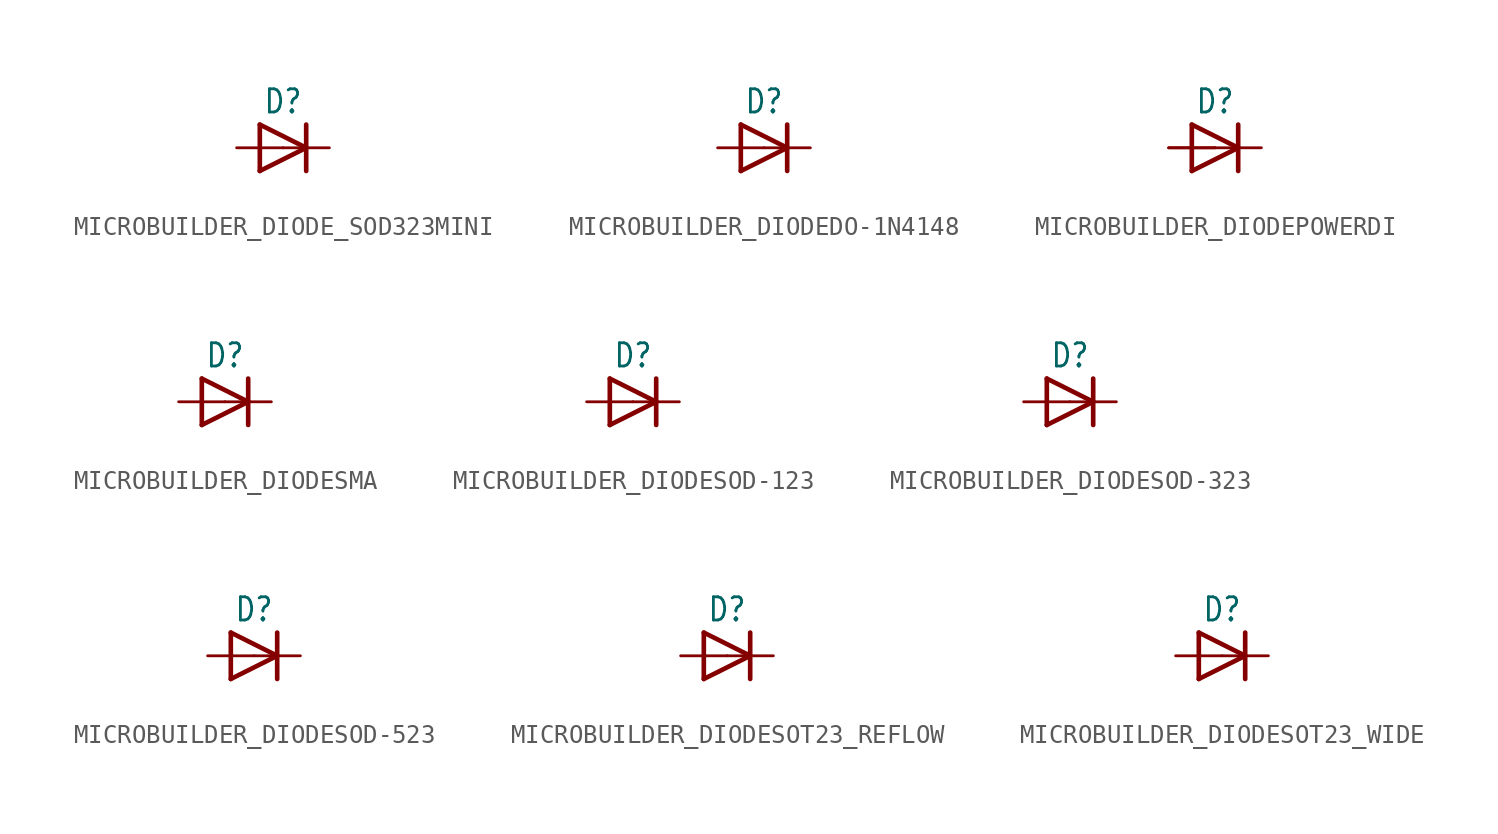
<source format=kicad_sym>
(kicad_symbol_lib
  (version 20231120)
  (generator "kicad_symbol_editor")
  (generator_version "8.0")
  (symbol "MICROBUILDER_DIODE_SOD323MINI"
    (property "Reference" "D"
      (at 0 2.54 0)
      (effects (font (size 1.27 1.079))))
    (property "Value" ""
      (at 0 -2.5 0)
      (effects (font (size 1.27 1.079))))
    (property "ki_locked" ""
      (at 0 0 0)
      (effects (font (size 1.27 1.27))))
    (symbol "MICROBUILDER_DIODE_SOD323MINI_1_0"
      (polyline (pts (xy -1.27 -1.27) (xy 1.27 0)) (stroke (width 0.254) (type solid)) (fill (type none)))
      (polyline (pts (xy -1.27 1.27) (xy -1.27 -1.27)) (stroke (width 0.254) (type solid)) (fill (type none)))
      (polyline (pts (xy 1.27 0) (xy -1.27 1.27)) (stroke (width 0.254) (type solid)) (fill (type none)))
      (polyline (pts (xy 1.27 0) (xy 1.27 -1.27)) (stroke (width 0.254) (type solid)) (fill (type none)))
      (polyline (pts (xy 1.27 1.27) (xy 1.27 0)) (stroke (width 0.254) (type solid)) (fill (type none)))
      (pin passive line (at -2.54 0 0) (length 2.54) (name "A" (effects (font (size 0 0)))) (number "A" (effects (font (size 0 0)))))
      (pin passive line (at 2.54 0 180) (length 2.54) (name "C" (effects (font (size 0 0)))) (number "C" (effects (font (size 0 0)))))))
  (symbol "MICROBUILDER_DIODEDO-1N4148"
    (property "Reference" "D"
      (at 0 2.54 0)
      (effects (font (size 1.27 1.079))))
    (property "Value" ""
      (at 0 -2.5 0)
      (effects (font (size 1.27 1.079))))
    (property "ki_locked" ""
      (at 0 0 0)
      (effects (font (size 1.27 1.27))))
    (symbol "MICROBUILDER_DIODEDO-1N4148_1_0"
      (polyline (pts (xy -1.27 -1.27) (xy 1.27 0)) (stroke (width 0.254) (type solid)) (fill (type none)))
      (polyline (pts (xy -1.27 1.27) (xy -1.27 -1.27)) (stroke (width 0.254) (type solid)) (fill (type none)))
      (polyline (pts (xy 1.27 0) (xy -1.27 1.27)) (stroke (width 0.254) (type solid)) (fill (type none)))
      (polyline (pts (xy 1.27 0) (xy 1.27 -1.27)) (stroke (width 0.254) (type solid)) (fill (type none)))
      (polyline (pts (xy 1.27 1.27) (xy 1.27 0)) (stroke (width 0.254) (type solid)) (fill (type none)))
      (pin passive line (at -2.54 0 0) (length 2.54) (name "A" (effects (font (size 0 0)))) (number "A" (effects (font (size 0 0)))))
      (pin passive line (at 2.54 0 180) (length 2.54) (name "C" (effects (font (size 0 0)))) (number "C" (effects (font (size 0 0)))))))
  (symbol "MICROBUILDER_DIODEPOWERDI"
    (property "Reference" "D"
      (at 0 2.54 0)
      (effects (font (size 1.27 1.079))))
    (property "Value" ""
      (at 0 -2.5 0)
      (effects (font (size 1.27 1.079))))
    (property "ki_locked" ""
      (at 0 0 0)
      (effects (font (size 1.27 1.27))))
    (symbol "MICROBUILDER_DIODEPOWERDI_1_0"
      (polyline (pts (xy -1.27 -1.27) (xy 1.27 0)) (stroke (width 0.254) (type solid)) (fill (type none)))
      (polyline (pts (xy -1.27 1.27) (xy -1.27 -1.27)) (stroke (width 0.254) (type solid)) (fill (type none)))
      (polyline (pts (xy 1.27 0) (xy -1.27 1.27)) (stroke (width 0.254) (type solid)) (fill (type none)))
      (polyline (pts (xy 1.27 0) (xy 1.27 -1.27)) (stroke (width 0.254) (type solid)) (fill (type none)))
      (polyline (pts (xy 1.27 1.27) (xy 1.27 0)) (stroke (width 0.254) (type solid)) (fill (type none)))
      (pin passive line (at -2.54 0 0) (length 2.54) (name "A" (effects (font (size 0 0)))) (number "A1" (effects (font (size 0 0)))))
      (pin passive line (at -2.54 0 0) (length 2.54) (name "A" (effects (font (size 0 0)))) (number "A2" (effects (font (size 0 0)))))
      (pin passive line (at 2.54 0 180) (length 2.54) (name "C" (effects (font (size 0 0)))) (number "C" (effects (font (size 0 0)))))))
  (symbol "MICROBUILDER_DIODESMA"
    (property "Reference" "D"
      (at 0 2.54 0)
      (effects (font (size 1.27 1.079))))
    (property "Value" ""
      (at 0 -2.5 0)
      (effects (font (size 1.27 1.079))))
    (property "ki_locked" ""
      (at 0 0 0)
      (effects (font (size 1.27 1.27))))
    (symbol "MICROBUILDER_DIODESMA_1_0"
      (polyline (pts (xy -1.27 -1.27) (xy 1.27 0)) (stroke (width 0.254) (type solid)) (fill (type none)))
      (polyline (pts (xy -1.27 1.27) (xy -1.27 -1.27)) (stroke (width 0.254) (type solid)) (fill (type none)))
      (polyline (pts (xy 1.27 0) (xy -1.27 1.27)) (stroke (width 0.254) (type solid)) (fill (type none)))
      (polyline (pts (xy 1.27 0) (xy 1.27 -1.27)) (stroke (width 0.254) (type solid)) (fill (type none)))
      (polyline (pts (xy 1.27 1.27) (xy 1.27 0)) (stroke (width 0.254) (type solid)) (fill (type none)))
      (pin passive line (at -2.54 0 0) (length 2.54) (name "A" (effects (font (size 0 0)))) (number "A" (effects (font (size 0 0)))))
      (pin passive line (at 2.54 0 180) (length 2.54) (name "C" (effects (font (size 0 0)))) (number "C" (effects (font (size 0 0)))))))
  (symbol "MICROBUILDER_DIODESOD-123"
    (property "Reference" "D"
      (at 0 2.54 0)
      (effects (font (size 1.27 1.079))))
    (property "Value" ""
      (at 0 -2.5 0)
      (effects (font (size 1.27 1.079))))
    (property "ki_locked" ""
      (at 0 0 0)
      (effects (font (size 1.27 1.27))))
    (symbol "MICROBUILDER_DIODESOD-123_1_0"
      (polyline (pts (xy -1.27 -1.27) (xy 1.27 0)) (stroke (width 0.254) (type solid)) (fill (type none)))
      (polyline (pts (xy -1.27 1.27) (xy -1.27 -1.27)) (stroke (width 0.254) (type solid)) (fill (type none)))
      (polyline (pts (xy 1.27 0) (xy -1.27 1.27)) (stroke (width 0.254) (type solid)) (fill (type none)))
      (polyline (pts (xy 1.27 0) (xy 1.27 -1.27)) (stroke (width 0.254) (type solid)) (fill (type none)))
      (polyline (pts (xy 1.27 1.27) (xy 1.27 0)) (stroke (width 0.254) (type solid)) (fill (type none)))
      (pin passive line (at -2.54 0 0) (length 2.54) (name "A" (effects (font (size 0 0)))) (number "A" (effects (font (size 0 0)))))
      (pin passive line (at 2.54 0 180) (length 2.54) (name "C" (effects (font (size 0 0)))) (number "C" (effects (font (size 0 0)))))))
  (symbol "MICROBUILDER_DIODESOD-323"
    (property "Reference" "D"
      (at 0 2.54 0)
      (effects (font (size 1.27 1.079))))
    (property "Value" ""
      (at 0 -2.5 0)
      (effects (font (size 1.27 1.079))))
    (property "ki_locked" ""
      (at 0 0 0)
      (effects (font (size 1.27 1.27))))
    (symbol "MICROBUILDER_DIODESOD-323_1_0"
      (polyline (pts (xy -1.27 -1.27) (xy 1.27 0)) (stroke (width 0.254) (type solid)) (fill (type none)))
      (polyline (pts (xy -1.27 1.27) (xy -1.27 -1.27)) (stroke (width 0.254) (type solid)) (fill (type none)))
      (polyline (pts (xy 1.27 0) (xy -1.27 1.27)) (stroke (width 0.254) (type solid)) (fill (type none)))
      (polyline (pts (xy 1.27 0) (xy 1.27 -1.27)) (stroke (width 0.254) (type solid)) (fill (type none)))
      (polyline (pts (xy 1.27 1.27) (xy 1.27 0)) (stroke (width 0.254) (type solid)) (fill (type none)))
      (pin passive line (at -2.54 0 0) (length 2.54) (name "A" (effects (font (size 0 0)))) (number "A" (effects (font (size 0 0)))))
      (pin passive line (at 2.54 0 180) (length 2.54) (name "C" (effects (font (size 0 0)))) (number "C" (effects (font (size 0 0)))))))
  (symbol "MICROBUILDER_DIODESOD-523"
    (property "Reference" "D"
      (at 0 2.54 0)
      (effects (font (size 1.27 1.079))))
    (property "Value" ""
      (at 0 -2.5 0)
      (effects (font (size 1.27 1.079))))
    (property "ki_locked" ""
      (at 0 0 0)
      (effects (font (size 1.27 1.27))))
    (symbol "MICROBUILDER_DIODESOD-523_1_0"
      (polyline (pts (xy -1.27 -1.27) (xy 1.27 0)) (stroke (width 0.254) (type solid)) (fill (type none)))
      (polyline (pts (xy -1.27 1.27) (xy -1.27 -1.27)) (stroke (width 0.254) (type solid)) (fill (type none)))
      (polyline (pts (xy 1.27 0) (xy -1.27 1.27)) (stroke (width 0.254) (type solid)) (fill (type none)))
      (polyline (pts (xy 1.27 0) (xy 1.27 -1.27)) (stroke (width 0.254) (type solid)) (fill (type none)))
      (polyline (pts (xy 1.27 1.27) (xy 1.27 0)) (stroke (width 0.254) (type solid)) (fill (type none)))
      (pin passive line (at -2.54 0 0) (length 2.54) (name "A" (effects (font (size 0 0)))) (number "A" (effects (font (size 0 0)))))
      (pin passive line (at 2.54 0 180) (length 2.54) (name "C" (effects (font (size 0 0)))) (number "K" (effects (font (size 0 0)))))))
  (symbol "MICROBUILDER_DIODESOT23_REFLOW"
    (property "Reference" "D"
      (at 0 2.54 0)
      (effects (font (size 1.27 1.079))))
    (property "Value" ""
      (at 0 -2.5 0)
      (effects (font (size 1.27 1.079))))
    (property "ki_locked" ""
      (at 0 0 0)
      (effects (font (size 1.27 1.27))))
    (symbol "MICROBUILDER_DIODESOT23_REFLOW_1_0"
      (polyline (pts (xy -1.27 -1.27) (xy 1.27 0)) (stroke (width 0.254) (type solid)) (fill (type none)))
      (polyline (pts (xy -1.27 1.27) (xy -1.27 -1.27)) (stroke (width 0.254) (type solid)) (fill (type none)))
      (polyline (pts (xy 1.27 0) (xy -1.27 1.27)) (stroke (width 0.254) (type solid)) (fill (type none)))
      (polyline (pts (xy 1.27 0) (xy 1.27 -1.27)) (stroke (width 0.254) (type solid)) (fill (type none)))
      (polyline (pts (xy 1.27 1.27) (xy 1.27 0)) (stroke (width 0.254) (type solid)) (fill (type none)))
      (pin passive line (at -2.54 0 0) (length 2.54) (name "A" (effects (font (size 0 0)))) (number "1" (effects (font (size 0 0)))))
      (pin passive line (at 2.54 0 180) (length 2.54) (name "C" (effects (font (size 0 0)))) (number "3" (effects (font (size 0 0)))))))
  (symbol "MICROBUILDER_DIODESOT23_WIDE"
    (property "Reference" "D"
      (at 0 2.54 0)
      (effects (font (size 1.27 1.079))))
    (property "Value" ""
      (at 0 -2.5 0)
      (effects (font (size 1.27 1.079))))
    (property "ki_locked" ""
      (at 0 0 0)
      (effects (font (size 1.27 1.27))))
    (symbol "MICROBUILDER_DIODESOT23_WIDE_1_0"
      (polyline (pts (xy -1.27 -1.27) (xy 1.27 0)) (stroke (width 0.254) (type solid)) (fill (type none)))
      (polyline (pts (xy -1.27 1.27) (xy -1.27 -1.27)) (stroke (width 0.254) (type solid)) (fill (type none)))
      (polyline (pts (xy 1.27 0) (xy -1.27 1.27)) (stroke (width 0.254) (type solid)) (fill (type none)))
      (polyline (pts (xy 1.27 0) (xy 1.27 -1.27)) (stroke (width 0.254) (type solid)) (fill (type none)))
      (polyline (pts (xy 1.27 1.27) (xy 1.27 0)) (stroke (width 0.254) (type solid)) (fill (type none)))
      (pin passive line (at -2.54 0 0) (length 2.54) (name "A" (effects (font (size 0 0)))) (number "1" (effects (font (size 0 0)))))
      (pin passive line (at 2.54 0 180) (length 2.54) (name "C" (effects (font (size 0 0)))) (number "3" (effects (font (size 0 0))))))))
</source>
